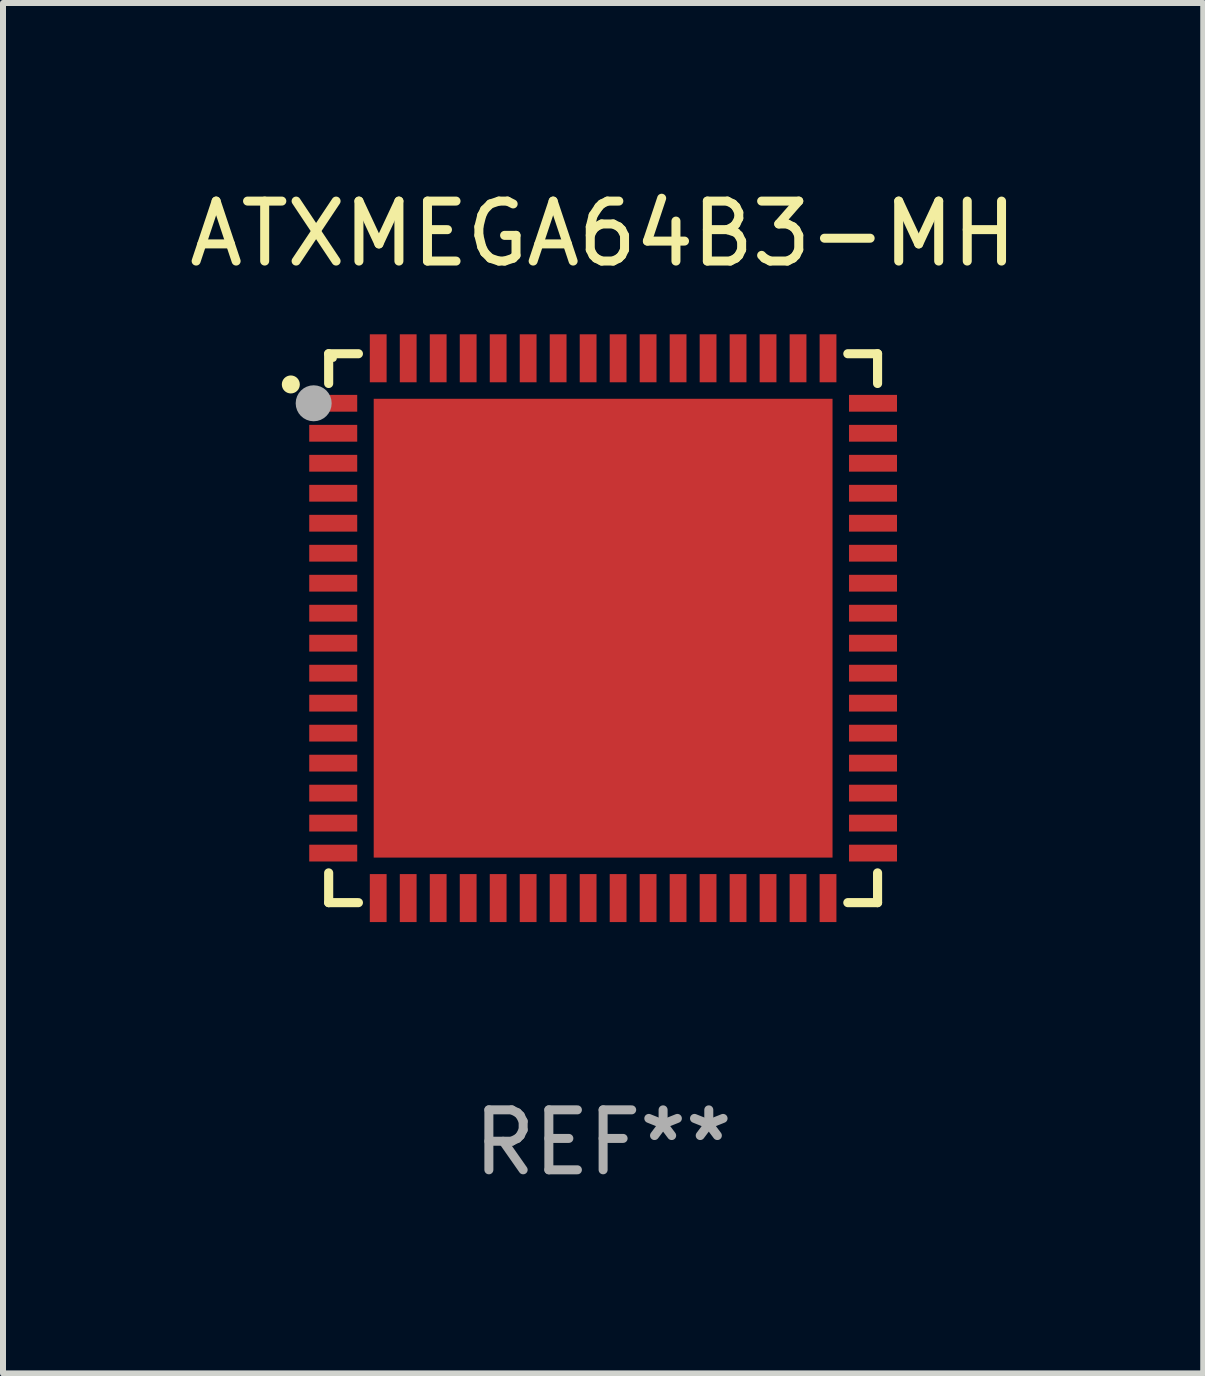
<source format=kicad_pcb>
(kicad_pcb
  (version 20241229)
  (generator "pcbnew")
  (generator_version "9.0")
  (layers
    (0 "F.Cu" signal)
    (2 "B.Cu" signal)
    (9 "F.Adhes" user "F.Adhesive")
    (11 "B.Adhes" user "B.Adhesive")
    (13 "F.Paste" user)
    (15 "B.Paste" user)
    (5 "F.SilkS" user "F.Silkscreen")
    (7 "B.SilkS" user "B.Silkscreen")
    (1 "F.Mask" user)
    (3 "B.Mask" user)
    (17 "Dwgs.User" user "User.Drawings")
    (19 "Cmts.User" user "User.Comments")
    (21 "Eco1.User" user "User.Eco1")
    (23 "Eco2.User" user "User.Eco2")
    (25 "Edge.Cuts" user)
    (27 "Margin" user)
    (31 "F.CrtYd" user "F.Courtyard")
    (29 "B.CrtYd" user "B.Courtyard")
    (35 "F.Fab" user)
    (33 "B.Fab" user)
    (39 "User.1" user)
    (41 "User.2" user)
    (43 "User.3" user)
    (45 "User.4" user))
  (footprint "ATXMEGA64B3-MH"
    (layer "F.Cu")
    (at 7.006 7.424)
    (property "Reference" "ATXMEGA64B3-MH" (at 0 -6.576 0) (layer "F.SilkS") (effects (font (size 1 1) (thickness 0.15))))
    (attr through_hole)
    (fp_line (start -4.576 -4.576) (end -4.576 -4.08) (stroke (width 0.152) (type solid)) (layer "F.SilkS"))
    (fp_line (start -4.576 4.576) (end -4.576 4.08) (stroke (width 0.152) (type solid)) (layer "F.SilkS"))
    (fp_line (start -4.08 -4.576) (end -4.576 -4.576) (stroke (width 0.152) (type solid)) (layer "F.SilkS"))
    (fp_line (start -4.08 4.576) (end -4.576 4.576) (stroke (width 0.152) (type solid)) (layer "F.SilkS"))
    (fp_line (start 4.08 -4.576) (end 4.576 -4.576) (stroke (width 0.152) (type solid)) (layer "F.SilkS"))
    (fp_line (start 4.08 4.576) (end 4.576 4.576) (stroke (width 0.152) (type solid)) (layer "F.SilkS"))
    (fp_line (start 4.576 -4.576) (end 4.576 -4.08) (stroke (width 0.152) (type solid)) (layer "F.SilkS"))
    (fp_line (start 4.576 4.576) (end 4.576 4.08) (stroke (width 0.152) (type solid)) (layer "F.SilkS"))
    (fp_circle (center -5.207 -4.064) (end -5.132 -4.064) (stroke (width 0.15) (type solid)) (fill no) (layer "F.SilkS"))
    (fp_circle (center -4.5 -4.5) (end -4.47 -4.5) (stroke (width 0.06) (type solid)) (fill no) (layer "F.SilkS"))
    (fp_circle (center -4.826 -3.75) (end -4.676 -3.75) (stroke (width 0.3) (type solid)) (fill no) (layer "F.Fab"))
    (fp_text user "REF**" (at 0 8.576 0) (layer "F.Fab") (effects (font (size 1 1) (thickness 0.15))))
    (pad "1" smd rect (at -4.5 -3.75) (size 0.8 0.28) (layers "F.Cu" "F.Mask" "F.Paste"))
    (pad "2" smd rect (at -4.5 -3.25) (size 0.8 0.28) (layers "F.Cu" "F.Mask" "F.Paste"))
    (pad "3" smd rect (at -4.5 -2.75) (size 0.8 0.28) (layers "F.Cu" "F.Mask" "F.Paste"))
    (pad "4" smd rect (at -4.5 -2.25) (size 0.8 0.28) (layers "F.Cu" "F.Mask" "F.Paste"))
    (pad "5" smd rect (at -4.5 -1.75) (size 0.8 0.28) (layers "F.Cu" "F.Mask" "F.Paste"))
    (pad "6" smd rect (at -4.5 -1.25) (size 0.8 0.28) (layers "F.Cu" "F.Mask" "F.Paste"))
    (pad "7" smd rect (at -4.5 -0.75) (size 0.8 0.28) (layers "F.Cu" "F.Mask" "F.Paste"))
    (pad "8" smd rect (at -4.5 -0.25) (size 0.8 0.28) (layers "F.Cu" "F.Mask" "F.Paste"))
    (pad "9" smd rect (at -4.5 0.25) (size 0.8 0.28) (layers "F.Cu" "F.Mask" "F.Paste"))
    (pad "10" smd rect (at -4.5 0.75) (size 0.8 0.28) (layers "F.Cu" "F.Mask" "F.Paste"))
    (pad "11" smd rect (at -4.5 1.25) (size 0.8 0.28) (layers "F.Cu" "F.Mask" "F.Paste"))
    (pad "12" smd rect (at -4.5 1.75) (size 0.8 0.28) (layers "F.Cu" "F.Mask" "F.Paste"))
    (pad "13" smd rect (at -4.5 2.25) (size 0.8 0.28) (layers "F.Cu" "F.Mask" "F.Paste"))
    (pad "14" smd rect (at -4.5 2.75) (size 0.8 0.28) (layers "F.Cu" "F.Mask" "F.Paste"))
    (pad "15" smd rect (at -4.5 3.25) (size 0.8 0.28) (layers "F.Cu" "F.Mask" "F.Paste"))
    (pad "16" smd rect (at -4.5 3.75) (size 0.8 0.28) (layers "F.Cu" "F.Mask" "F.Paste"))
    (pad "17" smd rect (at -3.75 4.5) (size 0.28 0.8) (layers "F.Cu" "F.Mask" "F.Paste"))
    (pad "18" smd rect (at -3.25 4.5) (size 0.28 0.8) (layers "F.Cu" "F.Mask" "F.Paste"))
    (pad "19" smd rect (at -2.75 4.5) (size 0.28 0.8) (layers "F.Cu" "F.Mask" "F.Paste"))
    (pad "20" smd rect (at -2.25 4.5) (size 0.28 0.8) (layers "F.Cu" "F.Mask" "F.Paste"))
    (pad "21" smd rect (at -1.75 4.5) (size 0.28 0.8) (layers "F.Cu" "F.Mask" "F.Paste"))
    (pad "22" smd rect (at -1.25 4.5) (size 0.28 0.8) (layers "F.Cu" "F.Mask" "F.Paste"))
    (pad "23" smd rect (at -0.75 4.5) (size 0.28 0.8) (layers "F.Cu" "F.Mask" "F.Paste"))
    (pad "24" smd rect (at -0.25 4.5) (size 0.28 0.8) (layers "F.Cu" "F.Mask" "F.Paste"))
    (pad "25" smd rect (at 0.25 4.5) (size 0.28 0.8) (layers "F.Cu" "F.Mask" "F.Paste"))
    (pad "26" smd rect (at 0.75 4.5) (size 0.28 0.8) (layers "F.Cu" "F.Mask" "F.Paste"))
    (pad "27" smd rect (at 1.25 4.5) (size 0.28 0.8) (layers "F.Cu" "F.Mask" "F.Paste"))
    (pad "28" smd rect (at 1.75 4.5) (size 0.28 0.8) (layers "F.Cu" "F.Mask" "F.Paste"))
    (pad "29" smd rect (at 2.25 4.5) (size 0.28 0.8) (layers "F.Cu" "F.Mask" "F.Paste"))
    (pad "30" smd rect (at 2.75 4.5) (size 0.28 0.8) (layers "F.Cu" "F.Mask" "F.Paste"))
    (pad "31" smd rect (at 3.25 4.5) (size 0.28 0.8) (layers "F.Cu" "F.Mask" "F.Paste"))
    (pad "32" smd rect (at 3.75 4.5) (size 0.28 0.8) (layers "F.Cu" "F.Mask" "F.Paste"))
    (pad "33" smd rect (at 4.5 3.75) (size 0.8 0.28) (layers "F.Cu" "F.Mask" "F.Paste"))
    (pad "34" smd rect (at 4.5 3.25) (size 0.8 0.28) (layers "F.Cu" "F.Mask" "F.Paste"))
    (pad "35" smd rect (at 4.5 2.75) (size 0.8 0.28) (layers "F.Cu" "F.Mask" "F.Paste"))
    (pad "36" smd rect (at 4.5 2.25) (size 0.8 0.28) (layers "F.Cu" "F.Mask" "F.Paste"))
    (pad "37" smd rect (at 4.5 1.75) (size 0.8 0.28) (layers "F.Cu" "F.Mask" "F.Paste"))
    (pad "38" smd rect (at 4.5 1.25) (size 0.8 0.28) (layers "F.Cu" "F.Mask" "F.Paste"))
    (pad "39" smd rect (at 4.5 0.75) (size 0.8 0.28) (layers "F.Cu" "F.Mask" "F.Paste"))
    (pad "40" smd rect (at 4.5 0.25) (size 0.8 0.28) (layers "F.Cu" "F.Mask" "F.Paste"))
    (pad "41" smd rect (at 4.5 -0.25) (size 0.8 0.28) (layers "F.Cu" "F.Mask" "F.Paste"))
    (pad "42" smd rect (at 4.5 -0.75) (size 0.8 0.28) (layers "F.Cu" "F.Mask" "F.Paste"))
    (pad "43" smd rect (at 4.5 -1.25) (size 0.8 0.28) (layers "F.Cu" "F.Mask" "F.Paste"))
    (pad "44" smd rect (at 4.5 -1.75) (size 0.8 0.28) (layers "F.Cu" "F.Mask" "F.Paste"))
    (pad "45" smd rect (at 4.5 -2.25) (size 0.8 0.28) (layers "F.Cu" "F.Mask" "F.Paste"))
    (pad "46" smd rect (at 4.5 -2.75) (size 0.8 0.28) (layers "F.Cu" "F.Mask" "F.Paste"))
    (pad "47" smd rect (at 4.5 -3.25) (size 0.8 0.28) (layers "F.Cu" "F.Mask" "F.Paste"))
    (pad "48" smd rect (at 4.5 -3.75) (size 0.8 0.28) (layers "F.Cu" "F.Mask" "F.Paste"))
    (pad "49" smd rect (at 3.75 -4.5) (size 0.28 0.8) (layers "F.Cu" "F.Mask" "F.Paste"))
    (pad "50" smd rect (at 3.25 -4.5) (size 0.28 0.8) (layers "F.Cu" "F.Mask" "F.Paste"))
    (pad "51" smd rect (at 2.75 -4.5) (size 0.28 0.8) (layers "F.Cu" "F.Mask" "F.Paste"))
    (pad "52" smd rect (at 2.25 -4.5) (size 0.28 0.8) (layers "F.Cu" "F.Mask" "F.Paste"))
    (pad "53" smd rect (at 1.75 -4.5) (size 0.28 0.8) (layers "F.Cu" "F.Mask" "F.Paste"))
    (pad "54" smd rect (at 1.25 -4.5) (size 0.28 0.8) (layers "F.Cu" "F.Mask" "F.Paste"))
    (pad "55" smd rect (at 0.75 -4.5) (size 0.28 0.8) (layers "F.Cu" "F.Mask" "F.Paste"))
    (pad "56" smd rect (at 0.25 -4.5) (size 0.28 0.8) (layers "F.Cu" "F.Mask" "F.Paste"))
    (pad "57" smd rect (at -0.25 -4.5) (size 0.28 0.8) (layers "F.Cu" "F.Mask" "F.Paste"))
    (pad "58" smd rect (at -0.75 -4.5) (size 0.28 0.8) (layers "F.Cu" "F.Mask" "F.Paste"))
    (pad "59" smd rect (at -1.25 -4.5) (size 0.28 0.8) (layers "F.Cu" "F.Mask" "F.Paste"))
    (pad "60" smd rect (at -1.75 -4.5) (size 0.28 0.8) (layers "F.Cu" "F.Mask" "F.Paste"))
    (pad "61" smd rect (at -2.25 -4.5) (size 0.28 0.8) (layers "F.Cu" "F.Mask" "F.Paste"))
    (pad "62" smd rect (at -2.75 -4.5) (size 0.28 0.8) (layers "F.Cu" "F.Mask" "F.Paste"))
    (pad "63" smd rect (at -3.25 -4.5) (size 0.28 0.8) (layers "F.Cu" "F.Mask" "F.Paste"))
    (pad "64" smd rect (at -3.75 -4.5) (size 0.28 0.8) (layers "F.Cu" "F.Mask" "F.Paste"))
    (pad "65" smd rect (at 0 0) (size 7.65 7.65) (layers "F.Cu" "F.Mask" "F.Paste")))
  (gr_rect
    (start -3 -3)
    (end 17.012 19.849)
    (stroke (width 0.1) (type default))
    (fill no)
    (layer "Edge.Cuts")))
</source>
